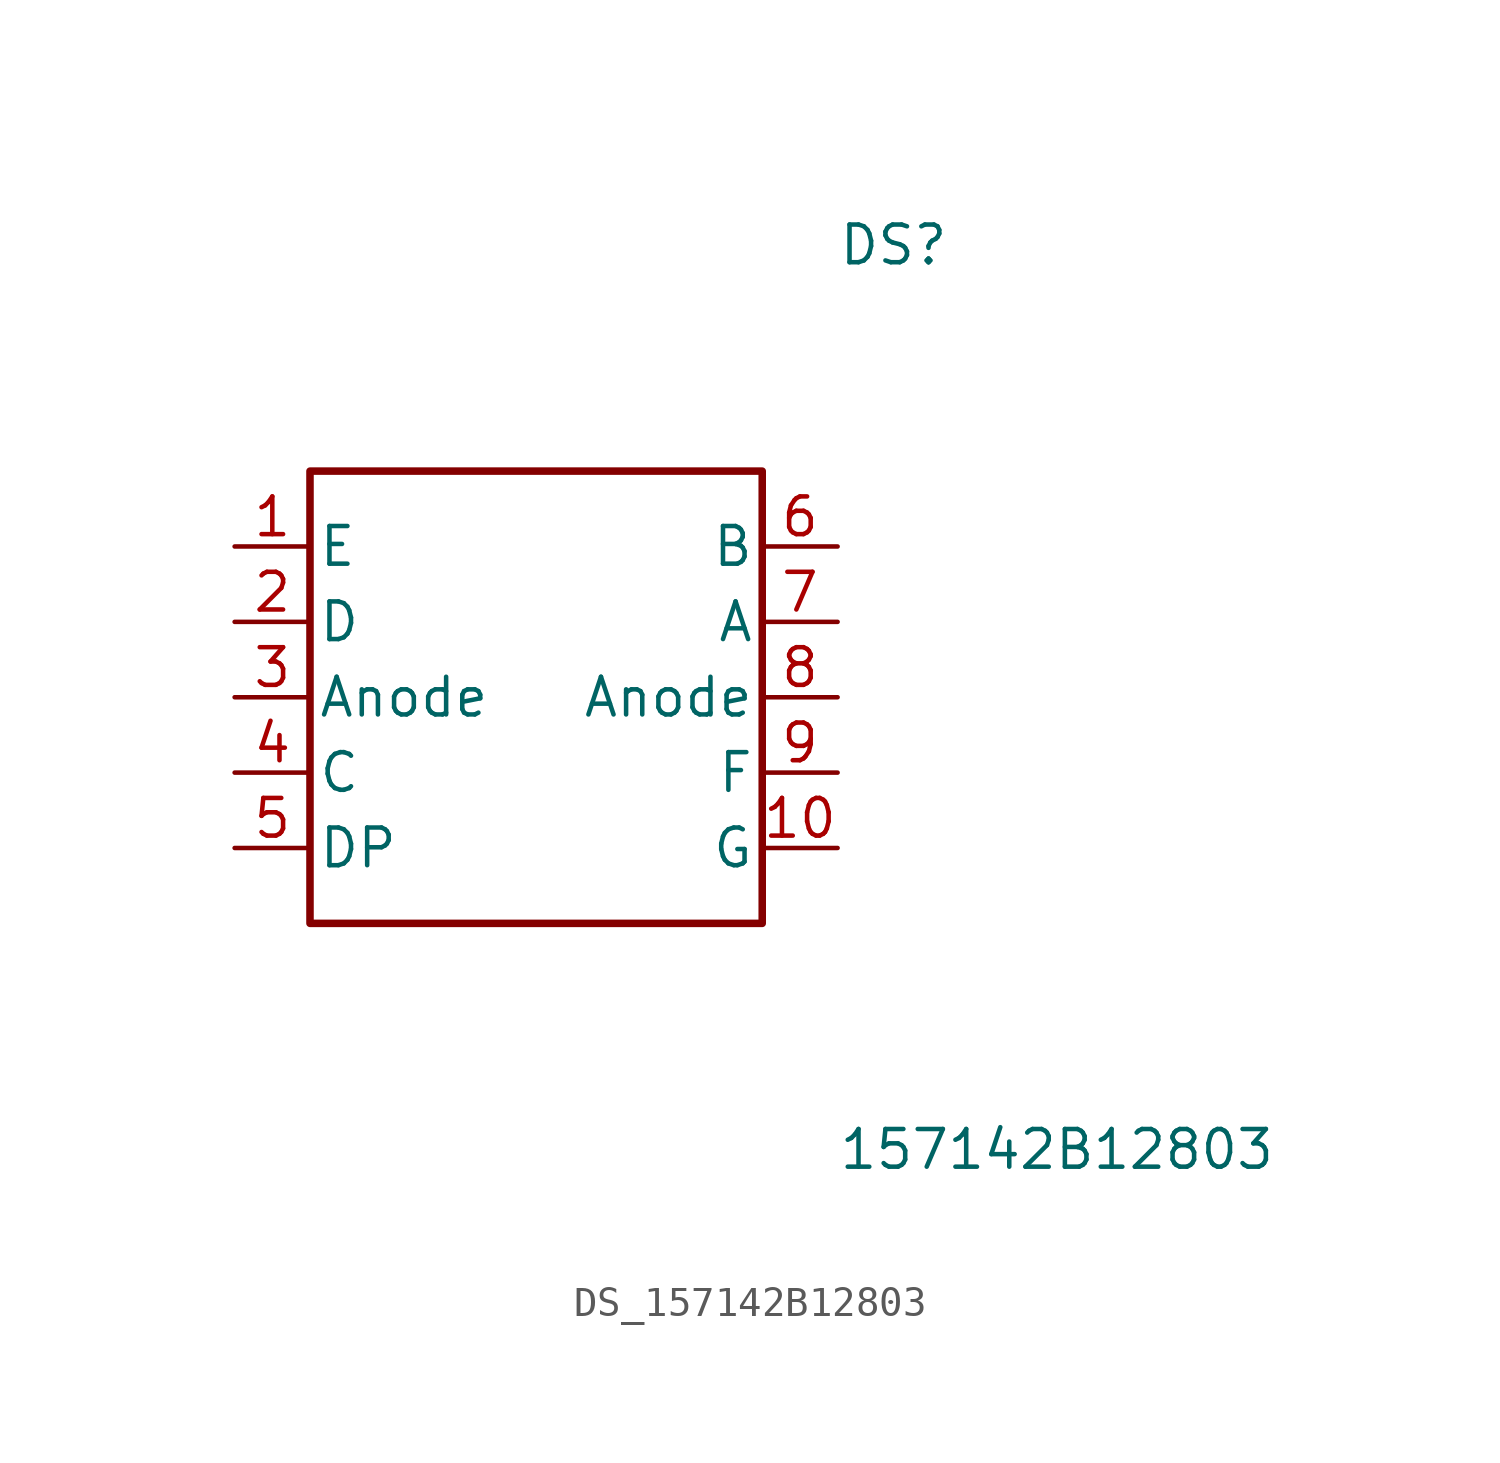
<source format=kicad_sym>
(kicad_symbol_lib
  (version 20231120)
  (generator kicad_symbol_editor)
  (generator_version 8.0)
  (symbol "DS_157142B12803"
    (pin_names
      (offset 0.254))
    (property "Reference" "DS"
      (at 10.16 15.24 0)
      (effects (font (size 1.27 1.27)) (justify left)))
    (property "Value" "157142B12803"
      (at 10.16 -15.24 0)
      (effects (font (size 1.27 1.27)) (justify left)))
    (symbol "DS_157142B12803_0_0"
      (pin unspecified line (at -10.16 5.08 0) (length 2.54) (name "E" (effects (font (size 1.27 1.27)))) (number "1" (effects (font (size 1.27 1.27)))))
      (pin unspecified line (at -10.16 2.54 0) (length 2.54) (name "D" (effects (font (size 1.27 1.27)))) (number "2" (effects (font (size 1.27 1.27)))))
      (pin unspecified line (at -10.16 0.0 0) (length 2.54) (name "Anode" (effects (font (size 1.27 1.27)))) (number "3" (effects (font (size 1.27 1.27)))))
      (pin unspecified line (at -10.16 -2.54 0) (length 2.54) (name "C" (effects (font (size 1.27 1.27)))) (number "4" (effects (font (size 1.27 1.27)))))
      (pin unspecified line (at -10.16 -5.08 0) (length 2.54) (name "DP" (effects (font (size 1.27 1.27)))) (number "5" (effects (font (size 1.27 1.27)))))
      (pin unspecified line (at 10.16 5.08 180) (length 2.54) (name "B" (effects (font (size 1.27 1.27)))) (number "6" (effects (font (size 1.27 1.27)))))
      (pin unspecified line (at 10.16 2.54 180) (length 2.54) (name "A" (effects (font (size 1.27 1.27)))) (number "7" (effects (font (size 1.27 1.27)))))
      (pin unspecified line (at 10.16 0.0 180) (length 2.54) (name "Anode" (effects (font (size 1.27 1.27)))) (number "8" (effects (font (size 1.27 1.27)))))
      (pin unspecified line (at 10.16 -2.54 180) (length 2.54) (name "F" (effects (font (size 1.27 1.27)))) (number "9" (effects (font (size 1.27 1.27)))))
      (pin unspecified line (at 10.16 -5.08 180) (length 2.54) (name "G" (effects (font (size 1.27 1.27)))) (number "10" (effects (font (size 1.27 1.27))))))
    (symbol "DS_157142B12803_1_0"
      (rectangle (start -7.62 7.62) (end 7.62 -7.62) (stroke (width 0.254) (type solid)) (fill (type none))))))
</source>
